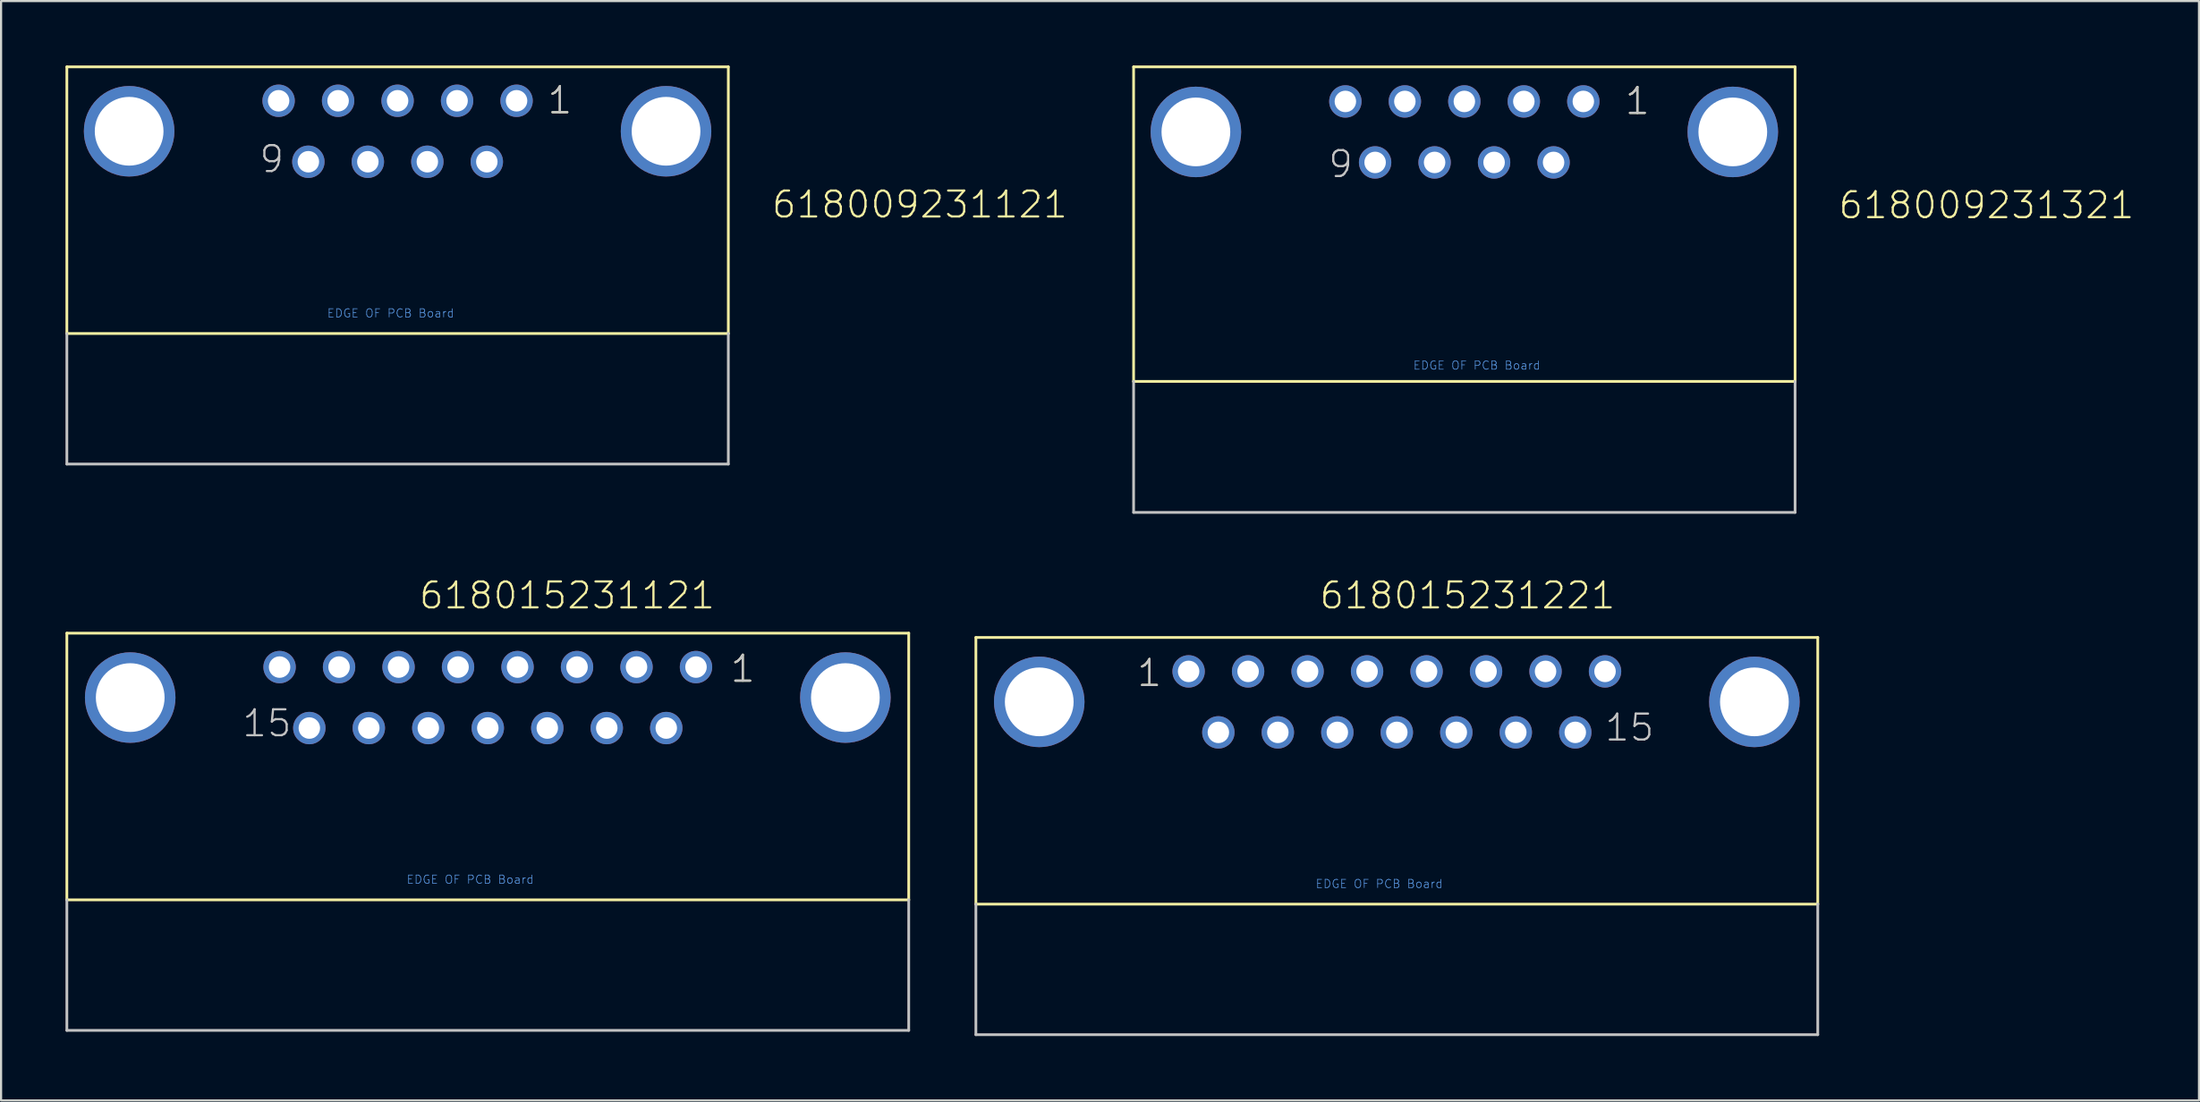
<source format=kicad_pcb>
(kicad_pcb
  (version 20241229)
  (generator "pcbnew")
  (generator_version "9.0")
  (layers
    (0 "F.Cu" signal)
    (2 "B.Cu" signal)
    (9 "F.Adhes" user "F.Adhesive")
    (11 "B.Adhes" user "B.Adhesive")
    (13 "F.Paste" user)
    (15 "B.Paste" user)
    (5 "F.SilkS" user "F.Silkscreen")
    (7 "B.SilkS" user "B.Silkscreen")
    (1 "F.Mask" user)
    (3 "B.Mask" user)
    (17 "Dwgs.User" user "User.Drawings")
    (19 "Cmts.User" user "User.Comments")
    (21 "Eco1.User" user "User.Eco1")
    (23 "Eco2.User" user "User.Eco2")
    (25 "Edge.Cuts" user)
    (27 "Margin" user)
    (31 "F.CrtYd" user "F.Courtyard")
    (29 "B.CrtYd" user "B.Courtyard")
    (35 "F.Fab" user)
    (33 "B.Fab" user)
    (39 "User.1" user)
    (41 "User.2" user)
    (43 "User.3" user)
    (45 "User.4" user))
  (footprint "618009231321"
    (layer "F.Cu")
    (at 65.134 3.094)
    (property "Reference" "618009231321" (at 17.355 4.12 0) (layer "F.SilkS") (effects (font (size 1.206 1.206) (thickness 0.102)) (justify left bottom)))
    (attr through_hole)
    (fp_line (start -15.4 -3.03) (end 15.4 -3.03) (stroke (width 0.127) (type solid)) (layer "F.SilkS"))
    (fp_line (start -15.4 11.62) (end -15.4 -3.03) (stroke (width 0.127) (type solid)) (layer "F.SilkS"))
    (fp_line (start 15.4 -3.03) (end 15.4 11.62) (stroke (width 0.127) (type solid)) (layer "F.SilkS"))
    (fp_line (start 15.4 11.62) (end -15.4 11.62) (stroke (width 0.127) (type solid)) (layer "F.SilkS"))
    (fp_line (start -15.4 17.72) (end -15.4 11.62) (stroke (width 0.127) (type solid)) (layer "Dwgs.User"))
    (fp_line (start 15.4 11.62) (end 15.4 17.72) (stroke (width 0.127) (type solid)) (layer "Dwgs.User"))
    (fp_line (start 15.4 17.72) (end -15.4 17.72) (stroke (width 0.127) (type solid)) (layer "Dwgs.User"))
    (fp_text user "1" (at 7.415 -0.735 0) (layer "F.SilkS") (effects (font (size 1.206 1.206) (thickness 0.102)) (justify left bottom)))
    (fp_text user "1" (at 7.415 -0.735 0) (layer "Dwgs.User") (effects (font (size 1.206 1.206) (thickness 0.102)) (justify left bottom)))
    (fp_text user "9" (at -6.4 2.205 0) (layer "Dwgs.User") (effects (font (size 1.206 1.206) (thickness 0.102)) (justify left bottom)))
    (fp_text user "EDGE OF PCB Board" (at -2.4 11.1 0) (layer "Cmts.User") (effects (font (size 0.386 0.386) (thickness 0.033)) (justify left bottom)))
    (pad "1" thru_hole circle (at 5.54 -1.42) (size 1.508 1.508) (drill 1) (layers "*.Cu" "*.Mask"))
    (pad "2" thru_hole circle (at 2.77 -1.42) (size 1.508 1.508) (drill 1) (layers "*.Cu" "*.Mask"))
    (pad "3" thru_hole circle (at 0 -1.42) (size 1.508 1.508) (drill 1) (layers "*.Cu" "*.Mask"))
    (pad "4" thru_hole circle (at -2.77 -1.42) (size 1.508 1.508) (drill 1) (layers "*.Cu" "*.Mask"))
    (pad "5" thru_hole circle (at -5.54 -1.42) (size 1.508 1.508) (drill 1) (layers "*.Cu" "*.Mask"))
    (pad "6" thru_hole circle (at 4.155 1.42) (size 1.508 1.508) (drill 1) (layers "*.Cu" "*.Mask"))
    (pad "7" thru_hole circle (at 1.385 1.42) (size 1.508 1.508) (drill 1) (layers "*.Cu" "*.Mask"))
    (pad "8" thru_hole circle (at -1.385 1.42) (size 1.508 1.508) (drill 1) (layers "*.Cu" "*.Mask"))
    (pad "9" thru_hole circle (at -4.155 1.42) (size 1.508 1.508) (drill 1) (layers "*.Cu" "*.Mask"))
    (pad "SHEL" thru_hole circle (at -12.5 0) (size 4.216 4.216) (drill 3.2) (layers "*.Cu" "*.Mask"))
    (pad "SHEL" thru_hole circle (at 12.5 0) (size 4.216 4.216) (drill 3.2) (layers "*.Cu" "*.Mask")))
  (footprint "618009231121"
    (layer "F.Cu")
    (at 15.463 3.063)
    (property "Reference" "618009231121" (at 17.355 4.12 0) (layer "F.SilkS") (effects (font (size 1.206 1.206) (thickness 0.102)) (justify left bottom)))
    (attr through_hole)
    (fp_line (start -15.4 -3) (end 15.4 -3) (stroke (width 0.127) (type solid)) (layer "F.SilkS"))
    (fp_line (start -15.4 9.42) (end -15.4 -3) (stroke (width 0.127) (type solid)) (layer "F.SilkS"))
    (fp_line (start 15.4 -3) (end 15.4 9.42) (stroke (width 0.127) (type solid)) (layer "F.SilkS"))
    (fp_line (start 15.4 9.42) (end -15.4 9.42) (stroke (width 0.127) (type solid)) (layer "F.SilkS"))
    (fp_line (start -15.4 15.5) (end -15.4 9.42) (stroke (width 0.127) (type solid)) (layer "Dwgs.User"))
    (fp_line (start 15.4 9.42) (end 15.4 15.5) (stroke (width 0.127) (type solid)) (layer "Dwgs.User"))
    (fp_line (start 15.4 15.5) (end -15.4 15.5) (stroke (width 0.127) (type solid)) (layer "Dwgs.User"))
    (fp_text user "1" (at 6.915 -0.735 0) (layer "F.SilkS") (effects (font (size 1.206 1.206) (thickness 0.102)) (justify left bottom)))
    (fp_text user "1" (at 6.915 -0.735 0) (layer "Dwgs.User") (effects (font (size 1.206 1.206) (thickness 0.102)) (justify left bottom)))
    (fp_text user "9" (at -6.5 2.005 0) (layer "Dwgs.User") (effects (font (size 1.206 1.206) (thickness 0.102)) (justify left bottom)))
    (fp_text user "EDGE OF PCB Board" (at -3.3 8.7 0) (layer "Cmts.User") (effects (font (size 0.386 0.386) (thickness 0.033)) (justify left bottom)))
    (pad "1" thru_hole circle (at 5.54 -1.42) (size 1.508 1.508) (drill 1) (layers "*.Cu" "*.Mask"))
    (pad "2" thru_hole circle (at 2.77 -1.42) (size 1.508 1.508) (drill 1) (layers "*.Cu" "*.Mask"))
    (pad "3" thru_hole circle (at 0 -1.42) (size 1.508 1.508) (drill 1) (layers "*.Cu" "*.Mask"))
    (pad "4" thru_hole circle (at -2.77 -1.42) (size 1.508 1.508) (drill 1) (layers "*.Cu" "*.Mask"))
    (pad "5" thru_hole circle (at -5.54 -1.42) (size 1.508 1.508) (drill 1) (layers "*.Cu" "*.Mask"))
    (pad "6" thru_hole circle (at 4.155 1.42) (size 1.508 1.508) (drill 1) (layers "*.Cu" "*.Mask"))
    (pad "7" thru_hole circle (at 1.385 1.42) (size 1.508 1.508) (drill 1) (layers "*.Cu" "*.Mask"))
    (pad "8" thru_hole circle (at -1.385 1.42) (size 1.508 1.508) (drill 1) (layers "*.Cu" "*.Mask"))
    (pad "9" thru_hole circle (at -4.155 1.42) (size 1.508 1.508) (drill 1) (layers "*.Cu" "*.Mask"))
    (pad "SHEL" thru_hole circle (at -12.5 0) (size 4.216 4.216) (drill 3.2) (layers "*.Cu" "*.Mask"))
    (pad "SHEL" thru_hole circle (at 12.5 0) (size 4.216 4.216) (drill 3.2) (layers "*.Cu" "*.Mask")))
  (footprint "618015231121"
    (layer "F.Cu")
    (at 19.663 29.438)
    (property "Reference" "618015231121" (at -3.265 -4.05 0) (layer "F.SilkS") (effects (font (size 1.206 1.206) (thickness 0.102)) (justify left bottom)))
    (attr through_hole)
    (fp_line (start -19.6 -3) (end 19.6 -3) (stroke (width 0.127) (type solid)) (layer "F.SilkS"))
    (fp_line (start -19.6 9.42) (end -19.6 -3) (stroke (width 0.127) (type solid)) (layer "F.SilkS"))
    (fp_line (start 19.6 -3) (end 19.6 9.42) (stroke (width 0.127) (type solid)) (layer "F.SilkS"))
    (fp_line (start 19.6 9.42) (end -19.6 9.42) (stroke (width 0.127) (type solid)) (layer "F.SilkS"))
    (fp_line (start -19.6 15.5) (end -19.6 9.42) (stroke (width 0.127) (type solid)) (layer "Dwgs.User"))
    (fp_line (start 19.6 9.42) (end 19.6 15.5) (stroke (width 0.127) (type solid)) (layer "Dwgs.User"))
    (fp_line (start 19.6 15.5) (end -19.6 15.5) (stroke (width 0.127) (type solid)) (layer "Dwgs.User"))
    (fp_text user "1" (at 11.23 -0.635 0) (layer "F.SilkS") (effects (font (size 1.206 1.206) (thickness 0.102)) (justify left bottom)))
    (fp_text user "15" (at -11.5 1.905 0) (layer "Dwgs.User") (effects (font (size 1.206 1.206) (thickness 0.102)) (justify left bottom)))
    (fp_text user "1" (at 11.23 -0.635 0) (layer "Dwgs.User") (effects (font (size 1.206 1.206) (thickness 0.102)) (justify left bottom)))
    (fp_text user "EDGE OF PCB Board" (at -3.8 8.7 0) (layer "Cmts.User") (effects (font (size 0.386 0.386) (thickness 0.033)) (justify left bottom)))
    (pad "1" thru_hole circle (at 9.695 -1.42) (size 1.508 1.508) (drill 1) (layers "*.Cu" "*.Mask"))
    (pad "2" thru_hole circle (at 6.925 -1.42) (size 1.508 1.508) (drill 1) (layers "*.Cu" "*.Mask"))
    (pad "3" thru_hole circle (at 4.155 -1.42) (size 1.508 1.508) (drill 1) (layers "*.Cu" "*.Mask"))
    (pad "4" thru_hole circle (at 1.385 -1.42) (size 1.508 1.508) (drill 1) (layers "*.Cu" "*.Mask"))
    (pad "5" thru_hole circle (at -1.385 -1.42) (size 1.508 1.508) (drill 1) (layers "*.Cu" "*.Mask"))
    (pad "6" thru_hole circle (at -4.155 -1.42) (size 1.508 1.508) (drill 1) (layers "*.Cu" "*.Mask"))
    (pad "7" thru_hole circle (at -6.925 -1.42) (size 1.508 1.508) (drill 1) (layers "*.Cu" "*.Mask"))
    (pad "8" thru_hole circle (at -9.695 -1.42) (size 1.508 1.508) (drill 1) (layers "*.Cu" "*.Mask"))
    (pad "9" thru_hole circle (at 8.31 1.42) (size 1.508 1.508) (drill 1) (layers "*.Cu" "*.Mask"))
    (pad "10" thru_hole circle (at 5.54 1.42) (size 1.508 1.508) (drill 1) (layers "*.Cu" "*.Mask"))
    (pad "11" thru_hole circle (at 2.77 1.42) (size 1.508 1.508) (drill 1) (layers "*.Cu" "*.Mask"))
    (pad "12" thru_hole circle (at 0 1.42) (size 1.508 1.508) (drill 1) (layers "*.Cu" "*.Mask"))
    (pad "13" thru_hole circle (at -2.77 1.42) (size 1.508 1.508) (drill 1) (layers "*.Cu" "*.Mask"))
    (pad "14" thru_hole circle (at -5.54 1.42) (size 1.508 1.508) (drill 1) (layers "*.Cu" "*.Mask"))
    (pad "15" thru_hole circle (at -8.31 1.42) (size 1.508 1.508) (drill 1) (layers "*.Cu" "*.Mask"))
    (pad "SHEL" thru_hole circle (at -16.65 0) (size 4.216 4.216) (drill 3.2) (layers "*.Cu" "*.Mask"))
    (pad "SHEL" thru_hole circle (at 16.65 0) (size 4.216 4.216) (drill 3.2) (layers "*.Cu" "*.Mask")))
  (footprint "618015231221"
    (layer "F.Cu")
    (at 61.99 29.638)
    (property "Reference" "618015231221" (at -3.665 -4.25 0) (layer "F.SilkS") (effects (font (size 1.206 1.206) (thickness 0.102)) (justify left bottom)))
    (attr through_hole)
    (fp_line (start -19.6 -3) (end 19.6 -3) (stroke (width 0.127) (type solid)) (layer "F.SilkS"))
    (fp_line (start -19.6 9.42) (end -19.6 -3) (stroke (width 0.127) (type solid)) (layer "F.SilkS"))
    (fp_line (start 19.6 -3) (end 19.6 9.42) (stroke (width 0.127) (type solid)) (layer "F.SilkS"))
    (fp_line (start 19.6 9.42) (end -19.6 9.42) (stroke (width 0.127) (type solid)) (layer "F.SilkS"))
    (fp_line (start -19.6 15.5) (end -19.6 9.42) (stroke (width 0.127) (type solid)) (layer "Dwgs.User"))
    (fp_line (start 19.6 9.42) (end 19.6 15.5) (stroke (width 0.127) (type solid)) (layer "Dwgs.User"))
    (fp_line (start 19.6 15.5) (end -19.6 15.5) (stroke (width 0.127) (type solid)) (layer "Dwgs.User"))
    (fp_text user "1" (at -12.16 -0.635 0) (layer "F.SilkS") (effects (font (size 1.206 1.206) (thickness 0.102)) (justify left bottom)))
    (fp_text user "1" (at -12.16 -0.635 0) (layer "Dwgs.User") (effects (font (size 1.206 1.206) (thickness 0.102)) (justify left bottom)))
    (fp_text user "15" (at 9.62 1.905 0) (layer "Dwgs.User") (effects (font (size 1.206 1.206) (thickness 0.102)) (justify left bottom)))
    (fp_text user "EDGE OF PCB Board" (at -3.8 8.7 0) (layer "Cmts.User") (effects (font (size 0.386 0.386) (thickness 0.033)) (justify left bottom)))
    (pad "1" thru_hole circle (at -9.695 -1.42) (size 1.508 1.508) (drill 1) (layers "*.Cu" "*.Mask"))
    (pad "2" thru_hole circle (at -6.925 -1.42) (size 1.508 1.508) (drill 1) (layers "*.Cu" "*.Mask"))
    (pad "3" thru_hole circle (at -4.155 -1.42) (size 1.508 1.508) (drill 1) (layers "*.Cu" "*.Mask"))
    (pad "4" thru_hole circle (at -1.385 -1.42) (size 1.508 1.508) (drill 1) (layers "*.Cu" "*.Mask"))
    (pad "5" thru_hole circle (at 1.385 -1.42) (size 1.508 1.508) (drill 1) (layers "*.Cu" "*.Mask"))
    (pad "6" thru_hole circle (at 4.155 -1.42) (size 1.508 1.508) (drill 1) (layers "*.Cu" "*.Mask"))
    (pad "7" thru_hole circle (at 6.925 -1.42) (size 1.508 1.508) (drill 1) (layers "*.Cu" "*.Mask"))
    (pad "8" thru_hole circle (at 9.695 -1.42) (size 1.508 1.508) (drill 1) (layers "*.Cu" "*.Mask"))
    (pad "9" thru_hole circle (at -8.31 1.42) (size 1.508 1.508) (drill 1) (layers "*.Cu" "*.Mask"))
    (pad "10" thru_hole circle (at -5.54 1.42) (size 1.508 1.508) (drill 1) (layers "*.Cu" "*.Mask"))
    (pad "11" thru_hole circle (at -2.77 1.42) (size 1.508 1.508) (drill 1) (layers "*.Cu" "*.Mask"))
    (pad "12" thru_hole circle (at 0 1.42) (size 1.508 1.508) (drill 1) (layers "*.Cu" "*.Mask"))
    (pad "13" thru_hole circle (at 2.77 1.42) (size 1.508 1.508) (drill 1) (layers "*.Cu" "*.Mask"))
    (pad "14" thru_hole circle (at 5.54 1.42) (size 1.508 1.508) (drill 1) (layers "*.Cu" "*.Mask"))
    (pad "15" thru_hole circle (at 8.31 1.42) (size 1.508 1.508) (drill 1) (layers "*.Cu" "*.Mask"))
    (pad "SHEL" thru_hole circle (at -16.65 0) (size 4.216 4.216) (drill 3.2) (layers "*.Cu" "*.Mask"))
    (pad "SHEL" thru_hole circle (at 16.65 0) (size 4.216 4.216) (drill 3.2) (layers "*.Cu" "*.Mask")))
  (gr_rect
    (start -3 -3)
    (end 99.341 48.202)
    (stroke (width 0.1) (type default))
    (fill no)
    (layer "Edge.Cuts")))
</source>
